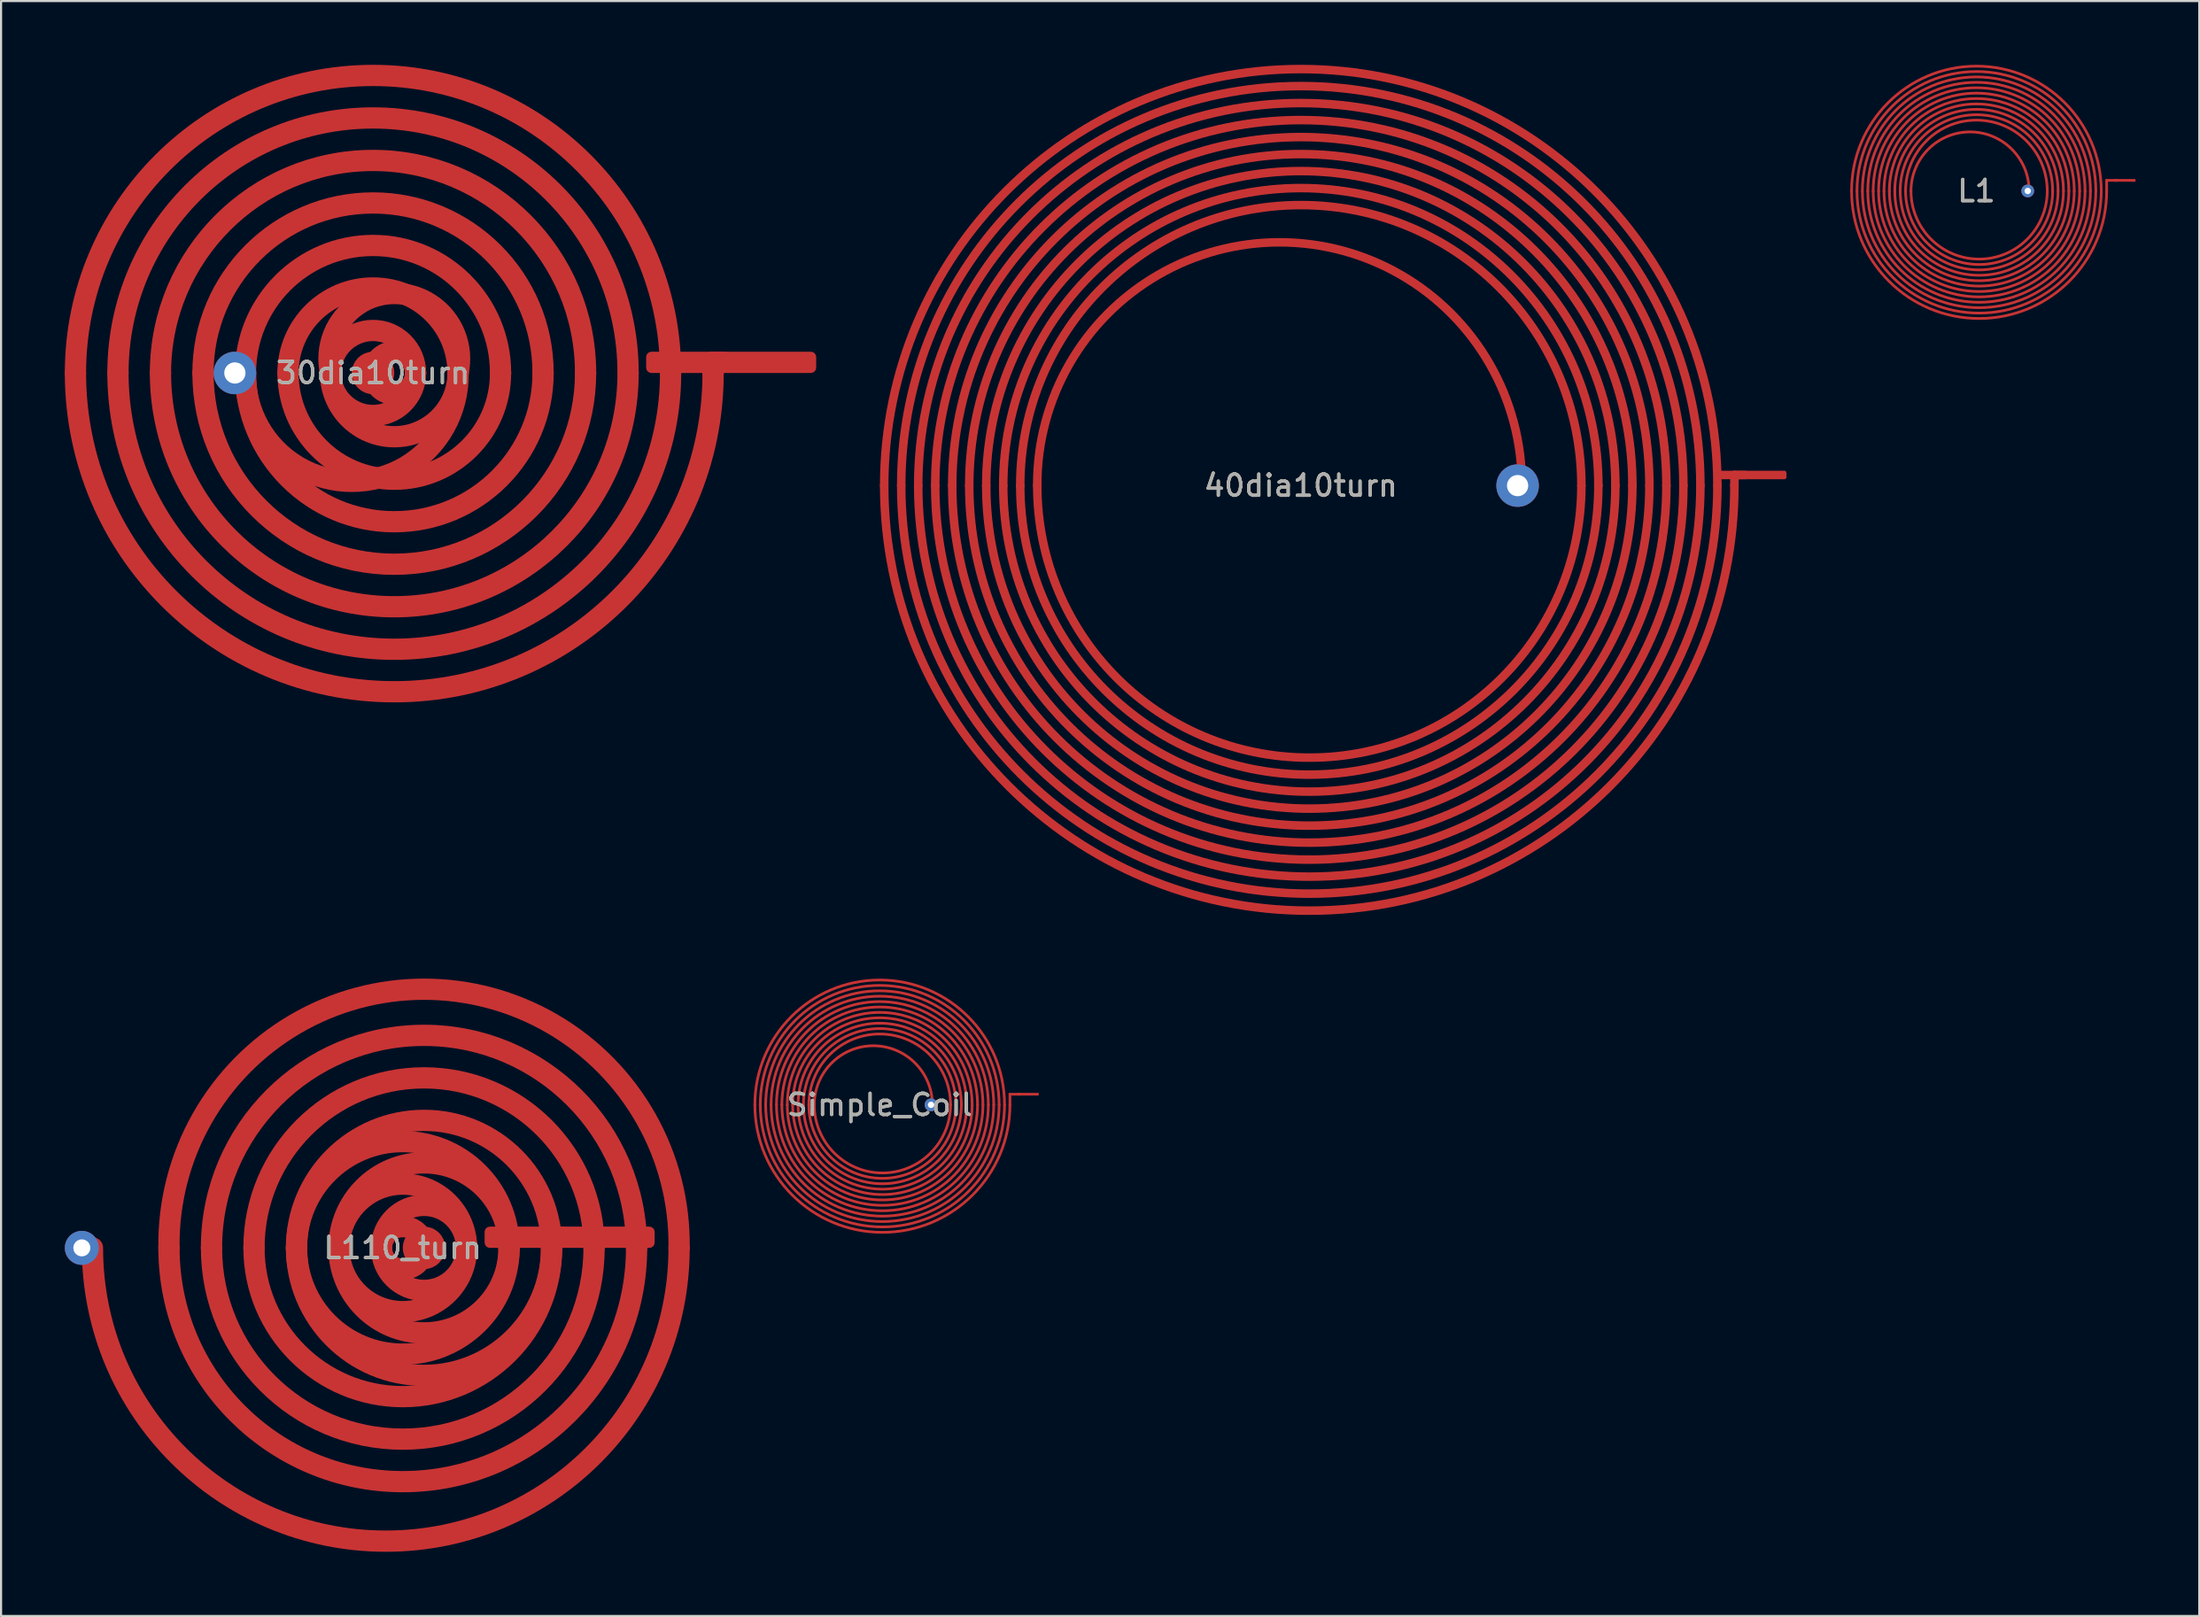
<source format=kicad_pcb>
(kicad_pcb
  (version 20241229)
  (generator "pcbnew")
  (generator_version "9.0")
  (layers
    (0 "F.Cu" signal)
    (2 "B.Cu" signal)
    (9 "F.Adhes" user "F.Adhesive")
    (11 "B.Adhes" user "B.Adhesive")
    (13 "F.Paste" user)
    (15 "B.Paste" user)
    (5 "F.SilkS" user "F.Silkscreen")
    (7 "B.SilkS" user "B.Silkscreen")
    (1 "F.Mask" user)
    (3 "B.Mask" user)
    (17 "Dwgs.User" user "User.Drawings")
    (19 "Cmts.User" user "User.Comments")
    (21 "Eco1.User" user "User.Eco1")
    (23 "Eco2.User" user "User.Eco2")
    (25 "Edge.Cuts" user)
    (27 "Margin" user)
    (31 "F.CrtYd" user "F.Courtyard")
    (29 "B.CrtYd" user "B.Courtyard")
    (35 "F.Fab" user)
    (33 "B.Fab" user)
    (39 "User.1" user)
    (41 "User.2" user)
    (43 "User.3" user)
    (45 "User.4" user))
  (footprint "L1"
    (layer "F.Cu")
    (at 89.936 5.936)
    (property "Reference" "L1" (at 0 0 0) (unlocked yes) (layer "F.SilkS") (effects (font (size 1 1) (thickness 0.15))))
    (attr smd)
    (fp_line (start 6.127 -0.5) (end 6.627 -0.5) (stroke (width 0.127) (type solid)) (layer "F.Cu"))
    (fp_line (start 6.127 0) (end 6.127 -0.5) (stroke (width 0.127) (type solid)) (layer "F.Cu"))
    (fp_arc (start -5.873 0) (mid 0 -5.873) (end 5.873 0) (stroke (width 0.127) (type solid)) (layer "F.Cu"))
    (fp_arc (start -5.619 0) (mid 0 -5.619) (end 5.619 0) (stroke (width 0.127) (type solid)) (layer "F.Cu"))
    (fp_arc (start -5.365 0) (mid 0 -5.365) (end 5.365 0) (stroke (width 0.127) (type solid)) (layer "F.Cu"))
    (fp_arc (start -5.111 0) (mid 0 -5.111) (end 5.111 0) (stroke (width 0.127) (type solid)) (layer "F.Cu"))
    (fp_arc (start -4.857 0) (mid 0 -4.857) (end 4.857 0) (stroke (width 0.127) (type solid)) (layer "F.Cu"))
    (fp_arc (start -4.603 0) (mid 0 -4.603) (end 4.603 0) (stroke (width 0.127) (type solid)) (layer "F.Cu"))
    (fp_arc (start -4.349 0) (mid 0 -4.349) (end 4.349 0) (stroke (width 0.127) (type solid)) (layer "F.Cu"))
    (fp_arc (start -4.095 0) (mid 0 -4.095) (end 4.095 0) (stroke (width 0.127) (type solid)) (layer "F.Cu"))
    (fp_arc (start -3.841 0) (mid 0 -3.841) (end 3.841 0) (stroke (width 0.127) (type solid)) (layer "F.Cu"))
    (fp_arc (start -3.587 0) (mid 0 -3.587) (end 3.587 0) (stroke (width 0.127) (type solid)) (layer "F.Cu"))
    (fp_arc (start -3.333 0) (mid 0 -3.333) (end 3.333 0) (stroke (width 0.127) (type solid)) (layer "F.Cu"))
    (fp_arc (start -3.079 0) (mid -0.6 -2.779) (end 2.479 0) (stroke (width 0.127) (type solid)) (layer "F.Cu"))
    (fp_arc (start 3.333 0) (mid -0.127 3.206) (end -3.079 0) (stroke (width 0.127) (type solid)) (layer "F.Cu"))
    (fp_arc (start 3.587 0) (mid 0.127 3.46) (end -3.333 0) (stroke (width 0.127) (type solid)) (layer "F.Cu"))
    (fp_arc (start 3.841 0) (mid 0.127 3.714) (end -3.587 0) (stroke (width 0.127) (type solid)) (layer "F.Cu"))
    (fp_arc (start 4.095 0) (mid 0.127 3.968) (end -3.841 0) (stroke (width 0.127) (type solid)) (layer "F.Cu"))
    (fp_arc (start 4.349 0) (mid 0.127 4.222) (end -4.095 0) (stroke (width 0.127) (type solid)) (layer "F.Cu"))
    (fp_arc (start 4.603 0) (mid 0.127 4.476) (end -4.349 0) (stroke (width 0.127) (type solid)) (layer "F.Cu"))
    (fp_arc (start 4.857 0) (mid 0.127 4.73) (end -4.603 0) (stroke (width 0.127) (type solid)) (layer "F.Cu"))
    (fp_arc (start 5.111 0) (mid 0.127 4.984) (end -4.857 0) (stroke (width 0.127) (type solid)) (layer "F.Cu"))
    (fp_arc (start 5.365 0) (mid 0.127 5.238) (end -5.111 0) (stroke (width 0.127) (type solid)) (layer "F.Cu"))
    (fp_arc (start 5.619 0) (mid 0.127 5.492) (end -5.365 0) (stroke (width 0.127) (type solid)) (layer "F.Cu"))
    (fp_arc (start 5.873 0) (mid 0.127 5.746) (end -5.619 0) (stroke (width 0.127) (type solid)) (layer "F.Cu"))
    (fp_arc (start 6.127 0) (mid 0.127 6) (end -5.873 0) (stroke (width 0.127) (type solid)) (layer "F.Cu"))
    (fp_text user "${REFERENCE}" (at 0 0 0) (unlocked yes) (layer "F.Fab") (effects (font (size 1 1) (thickness 0.15))))
    (pad "" thru_hole circle (at 2.415 0) (size 0.6 0.6) (drill 0.3) (layers "*.Cu" "*.Mask"))
    (pad "1" smd roundrect (at 6.977 -0.5) (size 1.016 0.127) (layers "F.Cu") (roundrect_rratio 0.25)))
  (footprint "40dia10turn"
    (layer "F.Cu")
    (at 58.15 19.8)
    (property "Reference" "40dia10turn" (at 0 0 0) (unlocked yes) (layer "F.SilkS") (effects (font (size 1 1) (thickness 0.15))))
    (attr smd)
    (fp_line (start 20.4 -0.5) (end 20.9 -0.5) (stroke (width 0.4) (type solid)) (layer "F.Cu"))
    (fp_line (start 20.4 0) (end 20.4 -0.5) (stroke (width 0.4) (type solid)) (layer "F.Cu"))
    (fp_arc (start -19.6 0) (mid 0 -19.6) (end 19.6 0) (stroke (width 0.4) (type solid)) (layer "F.Cu"))
    (fp_arc (start -18.8 0) (mid 0 -18.8) (end 18.8 0) (stroke (width 0.4) (type solid)) (layer "F.Cu"))
    (fp_arc (start -18 0) (mid 0 -18) (end 18 0) (stroke (width 0.4) (type solid)) (layer "F.Cu"))
    (fp_arc (start -17.2 0) (mid 0 -17.2) (end 17.2 0) (stroke (width 0.4) (type solid)) (layer "F.Cu"))
    (fp_arc (start -16.4 0) (mid 0 -16.4) (end 16.4 0) (stroke (width 0.4) (type solid)) (layer "F.Cu"))
    (fp_arc (start -15.6 0) (mid 0 -15.6) (end 15.6 0) (stroke (width 0.4) (type solid)) (layer "F.Cu"))
    (fp_arc (start -14.8 0) (mid 0 -14.8) (end 14.8 0) (stroke (width 0.4) (type solid)) (layer "F.Cu"))
    (fp_arc (start -14 0) (mid 0 -14) (end 14 0) (stroke (width 0.4) (type solid)) (layer "F.Cu"))
    (fp_arc (start -13.2 0) (mid 0 -13.2) (end 13.2 0) (stroke (width 0.4) (type solid)) (layer "F.Cu"))
    (fp_arc (start -12.4 0) (mid -2 -11.4) (end 10.4 0) (stroke (width 0.4) (type solid)) (layer "F.Cu"))
    (fp_arc (start 13.2 0) (mid -0.4 12.8) (end -12.4 0) (stroke (width 0.4) (type solid)) (layer "F.Cu"))
    (fp_arc (start 14 0) (mid 0.4 13.6) (end -13.2 0) (stroke (width 0.4) (type solid)) (layer "F.Cu"))
    (fp_arc (start 14.8 0) (mid 0.4 14.4) (end -14 0) (stroke (width 0.4) (type solid)) (layer "F.Cu"))
    (fp_arc (start 15.6 0) (mid 0.4 15.2) (end -14.8 0) (stroke (width 0.4) (type solid)) (layer "F.Cu"))
    (fp_arc (start 16.4 0) (mid 0.4 16) (end -15.6 0) (stroke (width 0.4) (type solid)) (layer "F.Cu"))
    (fp_arc (start 17.2 0) (mid 0.4 16.8) (end -16.4 0) (stroke (width 0.4) (type solid)) (layer "F.Cu"))
    (fp_arc (start 18 0) (mid 0.4 17.6) (end -17.2 0) (stroke (width 0.4) (type solid)) (layer "F.Cu"))
    (fp_arc (start 18.8 0) (mid 0.4 18.4) (end -18 0) (stroke (width 0.4) (type solid)) (layer "F.Cu"))
    (fp_arc (start 19.6 0) (mid 0.4 19.2) (end -18.8 0) (stroke (width 0.4) (type solid)) (layer "F.Cu"))
    (fp_arc (start 20.4 0) (mid 0.4 20) (end -19.6 0) (stroke (width 0.4) (type solid)) (layer "F.Cu"))
    (fp_text user "${REFERENCE}" (at 0 0 0) (unlocked yes) (layer "F.Fab") (effects (font (size 1 1) (thickness 0.15))))
    (pad "" thru_hole circle (at 10.2 0) (size 2 2) (drill 1) (layers "*.Cu" "*.Mask"))
    (pad "1" smd roundrect (at 21.25 -0.5) (size 3.2 0.4) (layers "F.Cu") (roundrect_rratio 0.25)))
  (footprint "Simple_Coil"
    (layer "F.Cu")
    (at 38.338 48.937)
    (property "Reference" "Simple_Coil" (at 0 0 0) (unlocked yes) (layer "F.SilkS") (effects (font (size 1 1) (thickness 0.15))))
    (attr smd)
    (fp_line (start 6.127 -0.5) (end 6.627 -0.5) (stroke (width 0.127) (type solid)) (layer "F.Cu"))
    (fp_line (start 6.127 0) (end 6.127 -0.5) (stroke (width 0.127) (type solid)) (layer "F.Cu"))
    (fp_arc (start -5.873 0) (mid 0 -5.873) (end 5.873 0) (stroke (width 0.127) (type solid)) (layer "F.Cu"))
    (fp_arc (start -5.619 0) (mid 0 -5.619) (end 5.619 0) (stroke (width 0.127) (type solid)) (layer "F.Cu"))
    (fp_arc (start -5.365 0) (mid 0 -5.365) (end 5.365 0) (stroke (width 0.127) (type solid)) (layer "F.Cu"))
    (fp_arc (start -5.111 0) (mid 0 -5.111) (end 5.111 0) (stroke (width 0.127) (type solid)) (layer "F.Cu"))
    (fp_arc (start -4.857 0) (mid 0 -4.857) (end 4.857 0) (stroke (width 0.127) (type solid)) (layer "F.Cu"))
    (fp_arc (start -4.603 0) (mid 0 -4.603) (end 4.603 0) (stroke (width 0.127) (type solid)) (layer "F.Cu"))
    (fp_arc (start -4.349 0) (mid 0 -4.349) (end 4.349 0) (stroke (width 0.127) (type solid)) (layer "F.Cu"))
    (fp_arc (start -4.095 0) (mid 0 -4.095) (end 4.095 0) (stroke (width 0.127) (type solid)) (layer "F.Cu"))
    (fp_arc (start -3.841 0) (mid 0 -3.841) (end 3.841 0) (stroke (width 0.127) (type solid)) (layer "F.Cu"))
    (fp_arc (start -3.587 0) (mid 0 -3.587) (end 3.587 0) (stroke (width 0.127) (type solid)) (layer "F.Cu"))
    (fp_arc (start -3.333 0) (mid 0 -3.333) (end 3.333 0) (stroke (width 0.127) (type solid)) (layer "F.Cu"))
    (fp_arc (start -3.079 0) (mid -0.6 -2.779) (end 2.479 0) (stroke (width 0.127) (type solid)) (layer "F.Cu"))
    (fp_arc (start 3.333 0) (mid -0.127 3.206) (end -3.079 0) (stroke (width 0.127) (type solid)) (layer "F.Cu"))
    (fp_arc (start 3.587 0) (mid 0.127 3.46) (end -3.333 0) (stroke (width 0.127) (type solid)) (layer "F.Cu"))
    (fp_arc (start 3.841 0) (mid 0.127 3.714) (end -3.587 0) (stroke (width 0.127) (type solid)) (layer "F.Cu"))
    (fp_arc (start 4.095 0) (mid 0.127 3.968) (end -3.841 0) (stroke (width 0.127) (type solid)) (layer "F.Cu"))
    (fp_arc (start 4.349 0) (mid 0.127 4.222) (end -4.095 0) (stroke (width 0.127) (type solid)) (layer "F.Cu"))
    (fp_arc (start 4.603 0) (mid 0.127 4.476) (end -4.349 0) (stroke (width 0.127) (type solid)) (layer "F.Cu"))
    (fp_arc (start 4.857 0) (mid 0.127 4.73) (end -4.603 0) (stroke (width 0.127) (type solid)) (layer "F.Cu"))
    (fp_arc (start 5.111 0) (mid 0.127 4.984) (end -4.857 0) (stroke (width 0.127) (type solid)) (layer "F.Cu"))
    (fp_arc (start 5.365 0) (mid 0.127 5.238) (end -5.111 0) (stroke (width 0.127) (type solid)) (layer "F.Cu"))
    (fp_arc (start 5.619 0) (mid 0.127 5.492) (end -5.365 0) (stroke (width 0.127) (type solid)) (layer "F.Cu"))
    (fp_arc (start 5.873 0) (mid 0.127 5.746) (end -5.619 0) (stroke (width 0.127) (type solid)) (layer "F.Cu"))
    (fp_arc (start 6.127 0) (mid 0.127 6) (end -5.873 0) (stroke (width 0.127) (type solid)) (layer "F.Cu"))
    (fp_text user "${REFERENCE}" (at 0 0 0) (unlocked yes) (layer "F.Fab") (effects (font (size 1 1) (thickness 0.15))))
    (pad "" thru_hole circle (at 2.415 0) (size 0.6 0.6) (drill 0.3) (layers "*.Cu" "*.Mask"))
    (pad "1" smd roundrect (at 6.977 -0.5) (size 1.016 0.127) (layers "F.Cu") (roundrect_rratio 0.25)))
  (footprint "30dia10turn"
    (layer "F.Cu")
    (at 14.5 14.5)
    (property "Reference" "30dia10turn" (at 0 0 0) (unlocked yes) (layer "F.SilkS") (effects (font (size 1 1) (thickness 0.15))))
    (attr smd)
    (fp_line (start 16 -0.5) (end 16.5 -0.5) (stroke (width 1) (type solid)) (layer "F.Cu"))
    (fp_line (start 16 0) (end 16 -0.5) (stroke (width 1) (type solid)) (layer "F.Cu"))
    (fp_arc (start -14 0) (mid 0 -14) (end 14 0) (stroke (width 1) (type solid)) (layer "F.Cu"))
    (fp_arc (start -12 0) (mid 0 -12) (end 12 0) (stroke (width 1) (type solid)) (layer "F.Cu"))
    (fp_arc (start -10 0) (mid 0 -10) (end 10 0) (stroke (width 1) (type solid)) (layer "F.Cu"))
    (fp_arc (start -8 0) (mid 0 -8) (end 8 0) (stroke (width 1) (type solid)) (layer "F.Cu"))
    (fp_arc (start -6 0) (mid 0 -6) (end 6 0) (stroke (width 1) (type solid)) (layer "F.Cu"))
    (fp_arc (start -4 0) (mid 0 -4) (end 4 0) (stroke (width 1) (type solid)) (layer "F.Cu"))
    (fp_arc (start -2 0) (mid 0 -2) (end 2 0) (stroke (width 1) (type solid)) (layer "F.Cu"))
    (fp_arc (start -2 0) (mid -1 -3) (end 4 0) (stroke (width 1) (type solid)) (layer "F.Cu"))
    (fp_arc (start 0 0) (mid 0 0) (end 0 0) (stroke (width 1) (type solid)) (layer "F.Cu"))
    (fp_arc (start 0 0) (mid 1 -1) (end 2 0) (stroke (width 1) (type solid)) (layer "F.Cu"))
    (fp_arc (start 2 0) (mid 0 2) (end -2 0) (stroke (width 1) (type solid)) (layer "F.Cu"))
    (fp_arc (start 2 0) (mid 1 1) (end 0 0) (stroke (width 1) (type solid)) (layer "F.Cu"))
    (fp_arc (start 4 0) (mid -2 5) (end -6 0) (stroke (width 1) (type solid)) (layer "F.Cu"))
    (fp_arc (start 4 0) (mid 1 3) (end -2 0) (stroke (width 1) (type solid)) (layer "F.Cu"))
    (fp_arc (start 6 0) (mid 1 5) (end -4 0) (stroke (width 1) (type solid)) (layer "F.Cu"))
    (fp_arc (start 8 0) (mid 1 7) (end -6 0) (stroke (width 1) (type solid)) (layer "F.Cu"))
    (fp_arc (start 10 0) (mid 1 9) (end -8 0) (stroke (width 1) (type solid)) (layer "F.Cu"))
    (fp_arc (start 12 0) (mid 1 11) (end -10 0) (stroke (width 1) (type solid)) (layer "F.Cu"))
    (fp_arc (start 14 0) (mid 1 13) (end -12 0) (stroke (width 1) (type solid)) (layer "F.Cu"))
    (fp_arc (start 16 0) (mid 1 15) (end -14 0) (stroke (width 1) (type solid)) (layer "F.Cu"))
    (fp_text user "${REFERENCE}" (at 0 0 0) (unlocked yes) (layer "F.Fab") (effects (font (size 1 1) (thickness 0.15))))
    (pad "" thru_hole circle (at -6.5 0) (size 2 2) (drill 1) (layers "*.Cu" "*.Mask"))
    (pad "1" smd roundrect (at 16.85 -0.5) (size 8 1) (layers "F.Cu") (roundrect_rratio 0.25)))
  (footprint "L110_turn"
    (layer "F.Cu")
    (at 15.9 55.668)
    (property "Reference" "L110_turn" (at 0 0 0) (unlocked yes) (layer "F.SilkS") (effects (font (size 1 1) (thickness 0.15))))
    (attr smd)
    (fp_line (start 7 -0.5) (end 7.5 -0.5) (stroke (width 1) (type solid)) (layer "F.Cu"))
    (fp_line (start 7 0) (end 7 -0.5) (stroke (width 1) (type solid)) (layer "F.Cu"))
    (fp_arc (start -11 0) (mid -1 -12) (end 13 0) (stroke (width 1) (type solid)) (layer "F.Cu"))
    (fp_arc (start -9 0) (mid 1 -10) (end 11 0) (stroke (width 1) (type solid)) (layer "F.Cu"))
    (fp_arc (start -7 0) (mid 1 -8) (end 9 0) (stroke (width 1) (type solid)) (layer "F.Cu"))
    (fp_arc (start -5 0) (mid 0 -5) (end 5 0) (stroke (width 1) (type solid)) (layer "F.Cu"))
    (fp_arc (start -5 0) (mid 1 -6) (end 7 0) (stroke (width 1) (type solid)) (layer "F.Cu"))
    (fp_arc (start -3 0) (mid 0 -3) (end 3 0) (stroke (width 1) (type solid)) (layer "F.Cu"))
    (fp_arc (start -3 0) (mid 1 -4) (end 5 0) (stroke (width 1) (type solid)) (layer "F.Cu"))
    (fp_arc (start -1 0) (mid 0 -1) (end 1 0) (stroke (width 1) (type solid)) (layer "F.Cu"))
    (fp_arc (start -1 0) (mid 1 -2) (end 3 0) (stroke (width 1) (type solid)) (layer "F.Cu"))
    (fp_arc (start 1 0) (mid 0 1) (end -1 0) (stroke (width 1) (type solid)) (layer "F.Cu"))
    (fp_arc (start 1 0) (mid 1 0) (end 1 0) (stroke (width 1) (type solid)) (layer "F.Cu"))
    (fp_arc (start 3 0) (mid 0 3) (end -3 0) (stroke (width 1) (type solid)) (layer "F.Cu"))
    (fp_arc (start 3 0) (mid 1 2) (end -1 0) (stroke (width 1) (type solid)) (layer "F.Cu"))
    (fp_arc (start 5 0) (mid 0 5) (end -5 0) (stroke (width 1) (type solid)) (layer "F.Cu"))
    (fp_arc (start 5 0) (mid 1 4) (end -3 0) (stroke (width 1) (type solid)) (layer "F.Cu"))
    (fp_arc (start 7 0) (mid 0 7) (end -7 0) (stroke (width 1) (type solid)) (layer "F.Cu"))
    (fp_arc (start 7 0) (mid 1 6) (end -5 0) (stroke (width 1) (type solid)) (layer "F.Cu"))
    (fp_arc (start 9 0) (mid 0 9) (end -9 0) (stroke (width 1) (type solid)) (layer "F.Cu"))
    (fp_arc (start 11 0) (mid 0 11) (end -11 0) (stroke (width 1) (type solid)) (layer "F.Cu"))
    (fp_arc (start 13 0) (mid -1.6 13.8) (end -14.6 0) (stroke (width 1) (type solid)) (layer "F.Cu"))
    (fp_text user "${REFERENCE}" (at 0 0 0) (unlocked yes) (layer "F.Fab") (effects (font (size 1 1) (thickness 0.15))))
    (pad "" thru_hole circle (at -15.1 0) (size 1.6 1.6) (drill 0.8) (layers "*.Cu" "*.Mask"))
    (pad "1" smd roundrect (at 7.85 -0.5) (size 8 1) (layers "F.Cu") (roundrect_rratio 0.25)))
  (gr_rect
    (start -3 -3)
    (end 100.421 72.991)
    (stroke (width 0.1) (type default))
    (fill no)
    (layer "Edge.Cuts")))
</source>
